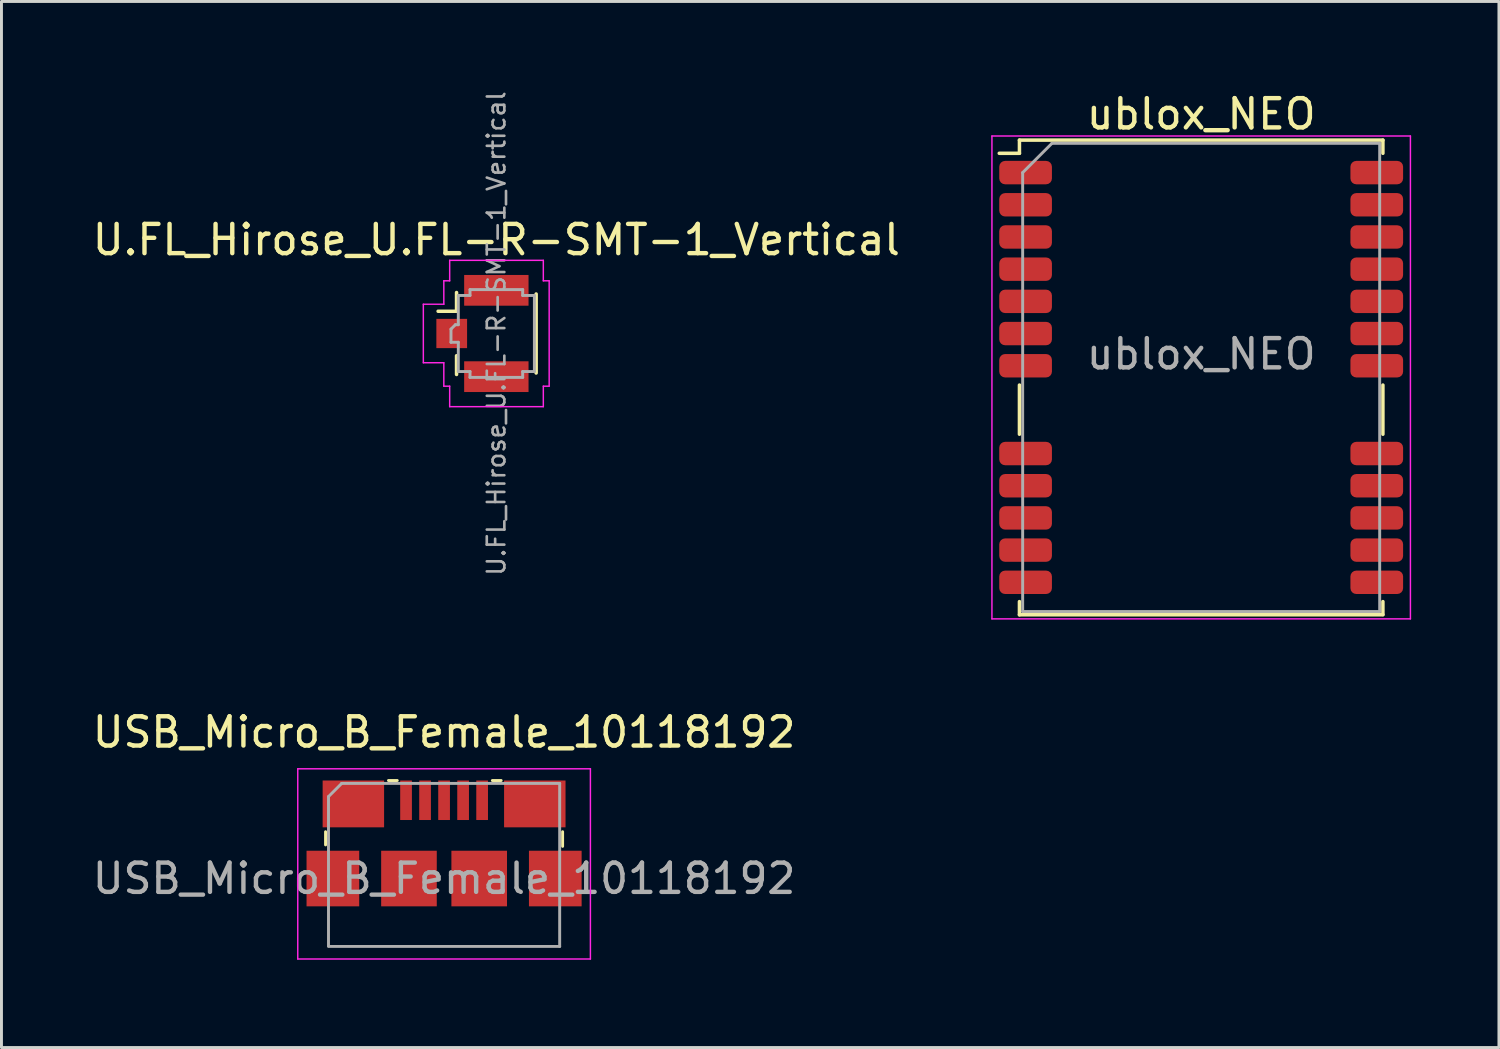
<source format=kicad_pcb>
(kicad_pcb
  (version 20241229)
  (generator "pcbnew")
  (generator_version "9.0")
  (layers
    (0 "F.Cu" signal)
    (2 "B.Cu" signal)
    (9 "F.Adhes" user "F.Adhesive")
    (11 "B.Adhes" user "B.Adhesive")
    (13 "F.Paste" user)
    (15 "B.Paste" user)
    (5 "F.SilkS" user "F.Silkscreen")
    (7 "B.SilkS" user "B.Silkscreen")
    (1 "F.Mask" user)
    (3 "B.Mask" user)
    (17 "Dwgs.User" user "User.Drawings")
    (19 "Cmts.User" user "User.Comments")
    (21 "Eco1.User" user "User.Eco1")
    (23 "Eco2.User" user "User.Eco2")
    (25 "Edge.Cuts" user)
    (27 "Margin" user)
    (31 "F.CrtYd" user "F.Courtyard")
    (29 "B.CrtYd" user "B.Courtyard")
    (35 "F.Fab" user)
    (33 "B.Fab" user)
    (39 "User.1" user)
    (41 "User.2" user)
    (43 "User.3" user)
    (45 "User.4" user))
  (footprint "USB_Micro_B_Female_10118192"
    (layer "F.Cu")
    (at 12.125 26.971)
    (property "Reference" "USB_Micro_B_Female_10118192" (at 0 -5 0) (layer "F.SilkS") (effects (font (size 1 1) (thickness 0.15))))
    (attr smd)
    (fp_line (start -4.05 -1.6) (end -4.05 -1.15) (stroke (width 0.1) (type solid)) (layer "F.SilkS"))
    (fp_line (start -1.9 -3.35) (end -1.6 -3.35) (stroke (width 0.1) (type solid)) (layer "F.SilkS"))
    (fp_line (start 1.65 -3.35) (end 1.95 -3.35) (stroke (width 0.1) (type solid)) (layer "F.SilkS"))
    (fp_line (start 4.05 -1.6) (end 4.05 -1.1) (stroke (width 0.1) (type solid)) (layer "F.SilkS"))
    (fp_line (start -5 -3.75) (end -5 2.75) (stroke (width 0.05) (type solid)) (layer "F.CrtYd"))
    (fp_line (start -5 -3.75) (end 5 -3.75) (stroke (width 0.05) (type solid)) (layer "F.CrtYd"))
    (fp_line (start -5 2.75) (end 5 2.75) (stroke (width 0.05) (type solid)) (layer "F.CrtYd"))
    (fp_line (start 5 -3.75) (end 5 2.75) (stroke (width 0.05) (type solid)) (layer "F.CrtYd"))
    (fp_line (start -3.95 -2.8) (end -3.95 2.3) (stroke (width 0.1) (type solid)) (layer "F.Fab"))
    (fp_line (start -3.95 -2.8) (end -3.5 -3.25) (stroke (width 0.1) (type solid)) (layer "F.Fab"))
    (fp_line (start -3.95 2.32) (end 3.95 2.32) (stroke (width 0.1) (type solid)) (layer "F.Fab"))
    (fp_line (start 3.95 -3.25) (end -3.5 -3.25) (stroke (width 0.1) (type solid)) (layer "F.Fab"))
    (fp_line (start 3.95 2.32) (end 3.95 -3.25) (stroke (width 0.1) (type solid)) (layer "F.Fab"))
    (fp_text user "${REFERENCE}" (at 0 0 0) (layer "F.Fab") (effects (font (size 1 1) (thickness 0.15))))
    (pad "1" smd rect (at -1.3 -2.675) (size 0.4 1.35) (layers "F.Cu" "F.Mask" "F.Paste"))
    (pad "2" smd rect (at -0.65 -2.675) (size 0.4 1.35) (layers "F.Cu" "F.Mask" "F.Paste"))
    (pad "3" smd rect (at 0 -2.675) (size 0.4 1.35) (layers "F.Cu" "F.Mask" "F.Paste"))
    (pad "4" smd rect (at 0.65 -2.675) (size 0.4 1.35) (layers "F.Cu" "F.Mask" "F.Paste"))
    (pad "5" smd rect (at 1.3 -2.675) (size 0.4 1.35) (layers "F.Cu" "F.Mask" "F.Paste"))
    (pad "6" smd rect (at -3.8 0) (size 1.8 1.9) (layers "F.Cu" "F.Mask" "F.Paste"))
    (pad "6" smd rect (at -3.1 -2.55) (size 2.1 1.6) (layers "F.Cu" "F.Mask" "F.Paste"))
    (pad "6" smd rect (at -1.2 0) (size 1.9 1.9) (layers "F.Cu" "F.Mask" "F.Paste"))
    (pad "6" smd rect (at 1.2 0) (size 1.9 1.9) (layers "F.Cu" "F.Mask" "F.Paste"))
    (pad "6" smd rect (at 3.1 -2.55) (size 2.1 1.6) (layers "F.Cu" "F.Mask" "F.Paste"))
    (pad "6" smd rect (at 3.8 0) (size 1.8 1.9) (layers "F.Cu" "F.Mask" "F.Paste")))
  (footprint "U.FL_Hirose_U.FL-R-SMT-1_Vertical"
    (layer "F.Cu")
    (at 13.436 8.346)
    (property "Reference" "U.FL_Hirose_U.FL-R-SMT-1_Vertical" (at 0.475 -3.2 180) (layer "F.SilkS") (effects (font (size 1 1) (thickness 0.15))))
    (attr smd)
    (fp_line (start -0.885 -1.4) (end -0.885 -0.76) (stroke (width 0.12) (type solid)) (layer "F.SilkS"))
    (fp_line (start -0.885 -0.76) (end -1.515 -0.76) (stroke (width 0.12) (type solid)) (layer "F.SilkS"))
    (fp_line (start -0.885 1.4) (end -0.885 0.76) (stroke (width 0.12) (type solid)) (layer "F.SilkS"))
    (fp_line (start 1.835 -1.35) (end 1.835 1.35) (stroke (width 0.12) (type solid)) (layer "F.SilkS"))
    (fp_line (start -2.02 1) (end -2.02 -1) (stroke (width 0.05) (type solid)) (layer "F.CrtYd"))
    (fp_line (start -1.32 -1.8) (end -1.12 -1.8) (stroke (width 0.05) (type solid)) (layer "F.CrtYd"))
    (fp_line (start -1.32 -1) (end -2.02 -1) (stroke (width 0.05) (type solid)) (layer "F.CrtYd"))
    (fp_line (start -1.32 -1) (end -1.32 -1.8) (stroke (width 0.05) (type solid)) (layer "F.CrtYd"))
    (fp_line (start -1.32 1) (end -2.02 1) (stroke (width 0.05) (type solid)) (layer "F.CrtYd"))
    (fp_line (start -1.32 1.8) (end -1.32 1) (stroke (width 0.05) (type solid)) (layer "F.CrtYd"))
    (fp_line (start -1.32 1.8) (end -1.12 1.8) (stroke (width 0.05) (type solid)) (layer "F.CrtYd"))
    (fp_line (start -1.12 -1.8) (end -1.12 -2.5) (stroke (width 0.05) (type solid)) (layer "F.CrtYd"))
    (fp_line (start -1.12 2.5) (end -1.12 1.8) (stroke (width 0.05) (type solid)) (layer "F.CrtYd"))
    (fp_line (start 2.08 -2.5) (end -1.12 -2.5) (stroke (width 0.05) (type solid)) (layer "F.CrtYd"))
    (fp_line (start 2.08 -1.8) (end 2.08 -2.5) (stroke (width 0.05) (type solid)) (layer "F.CrtYd"))
    (fp_line (start 2.08 -1.8) (end 2.28 -1.8) (stroke (width 0.05) (type solid)) (layer "F.CrtYd"))
    (fp_line (start 2.08 1.8) (end 2.28 1.8) (stroke (width 0.05) (type solid)) (layer "F.CrtYd"))
    (fp_line (start 2.08 2.5) (end -1.12 2.5) (stroke (width 0.05) (type solid)) (layer "F.CrtYd"))
    (fp_line (start 2.08 2.5) (end 2.08 1.8) (stroke (width 0.05) (type solid)) (layer "F.CrtYd"))
    (fp_line (start 2.28 1.8) (end 2.28 -1.8) (stroke (width 0.05) (type solid)) (layer "F.CrtYd"))
    (fp_line (start -1.075 0.3) (end -1.075 -0.15) (stroke (width 0.1) (type solid)) (layer "F.Fab"))
    (fp_line (start -1.075 0.3) (end -0.825 0.3) (stroke (width 0.1) (type solid)) (layer "F.Fab"))
    (fp_line (start -0.925 -0.3) (end -1.075 -0.15) (stroke (width 0.1) (type solid)) (layer "F.Fab"))
    (fp_line (start -0.925 -0.3) (end -0.825 -0.3) (stroke (width 0.1) (type solid)) (layer "F.Fab"))
    (fp_line (start -0.825 -0.3) (end -0.825 -1.3) (stroke (width 0.1) (type solid)) (layer "F.Fab"))
    (fp_line (start -0.825 0.3) (end -0.825 1.3) (stroke (width 0.1) (type solid)) (layer "F.Fab"))
    (fp_line (start -0.425 -1.5) (end -0.425 -1.3) (stroke (width 0.1) (type solid)) (layer "F.Fab"))
    (fp_line (start -0.425 -1.5) (end 1.375 -1.5) (stroke (width 0.1) (type solid)) (layer "F.Fab"))
    (fp_line (start -0.425 -1.3) (end -0.825 -1.3) (stroke (width 0.1) (type solid)) (layer "F.Fab"))
    (fp_line (start -0.425 1.3) (end -0.825 1.3) (stroke (width 0.1) (type solid)) (layer "F.Fab"))
    (fp_line (start -0.425 1.5) (end -0.425 1.3) (stroke (width 0.1) (type solid)) (layer "F.Fab"))
    (fp_line (start -0.425 1.5) (end 1.375 1.5) (stroke (width 0.1) (type solid)) (layer "F.Fab"))
    (fp_line (start 1.375 -1.5) (end 1.375 -1.3) (stroke (width 0.1) (type solid)) (layer "F.Fab"))
    (fp_line (start 1.375 1.5) (end 1.375 1.3) (stroke (width 0.1) (type solid)) (layer "F.Fab"))
    (fp_line (start 1.775 -1.3) (end 1.375 -1.3) (stroke (width 0.1) (type solid)) (layer "F.Fab"))
    (fp_line (start 1.775 -1.3) (end 1.775 1.3) (stroke (width 0.1) (type solid)) (layer "F.Fab"))
    (fp_line (start 1.775 1.3) (end 1.375 1.3) (stroke (width 0.1) (type solid)) (layer "F.Fab"))
    (fp_text user "${REFERENCE}" (at 0.475 0 90) (layer "F.Fab") (effects (font (size 0.6 0.6) (thickness 0.09))))
    (pad "1" smd rect (at -1.05 0) (size 1.05 1) (layers "F.Cu" "F.Mask" "F.Paste"))
    (pad "2" smd rect (at 0.475 -1.475) (size 2.2 1.05) (layers "F.Cu" "F.Mask" "F.Paste"))
    (pad "2" smd rect (at 0.475 1.475) (size 2.2 1.05) (layers "F.Cu" "F.Mask" "F.Paste")))
  (footprint "ublox_NEO"
    (layer "F.Cu")
    (at 37.996 9.848)
    (property "Reference" "ublox_NEO" (at 0 -9 0) (layer "F.SilkS") (effects (font (size 1 1) (thickness 0.15))))
    (attr smd)
    (fp_line (start -6.9 -7.66) (end -6.21 -7.66) (stroke (width 0.12) (type solid)) (layer "F.SilkS"))
    (fp_line (start -6.21 -8.11) (end -6.21 -7.66) (stroke (width 0.12) (type solid)) (layer "F.SilkS"))
    (fp_line (start -6.21 -8.11) (end 6.21 -8.11) (stroke (width 0.12) (type solid)) (layer "F.SilkS"))
    (fp_line (start -6.21 0.26) (end -6.21 1.94) (stroke (width 0.12) (type solid)) (layer "F.SilkS"))
    (fp_line (start -6.21 7.66) (end -6.21 8.11) (stroke (width 0.12) (type solid)) (layer "F.SilkS"))
    (fp_line (start -6.21 8.11) (end 6.21 8.11) (stroke (width 0.12) (type solid)) (layer "F.SilkS"))
    (fp_line (start 6.21 -8.11) (end 6.21 -7.66) (stroke (width 0.12) (type solid)) (layer "F.SilkS"))
    (fp_line (start 6.21 0.26) (end 6.21 1.94) (stroke (width 0.12) (type solid)) (layer "F.SilkS"))
    (fp_line (start 6.21 7.66) (end 6.21 8.1) (stroke (width 0.12) (type solid)) (layer "F.SilkS"))
    (fp_line (start -7.15 -8.25) (end -7.15 8.25) (stroke (width 0.05) (type solid)) (layer "F.CrtYd"))
    (fp_line (start -7.15 -8.25) (end 7.15 -8.25) (stroke (width 0.05) (type solid)) (layer "F.CrtYd"))
    (fp_line (start -7.15 8.25) (end 7.15 8.25) (stroke (width 0.05) (type solid)) (layer "F.CrtYd"))
    (fp_line (start 7.15 -8.25) (end 7.15 8.25) (stroke (width 0.05) (type solid)) (layer "F.CrtYd"))
    (fp_line (start -6.1 -7) (end -6.1 8) (stroke (width 0.1) (type solid)) (layer "F.Fab"))
    (fp_line (start -6.1 8) (end 6.1 8) (stroke (width 0.1) (type solid)) (layer "F.Fab"))
    (fp_line (start -5.1 -8) (end -6.1 -7) (stroke (width 0.1) (type solid)) (layer "F.Fab"))
    (fp_line (start -5.1 -8) (end 6.1 -8) (stroke (width 0.1) (type solid)) (layer "F.Fab"))
    (fp_line (start 6.1 -8) (end 6.1 8) (stroke (width 0.1) (type solid)) (layer "F.Fab"))
    (fp_text user "${REFERENCE}" (at 0 -0.8 0) (layer "F.Fab") (effects (font (size 1 1) (thickness 0.15))))
    (pad "1" smd roundrect (at -6 -7) (size 1.8 0.8) (layers "F.Cu" "F.Mask" "F.Paste") (roundrect_rratio 0.25))
    (pad "2" smd roundrect (at -6 -5.9) (size 1.8 0.8) (layers "F.Cu" "F.Mask" "F.Paste") (roundrect_rratio 0.25))
    (pad "3" smd roundrect (at -6 -4.8) (size 1.8 0.8) (layers "F.Cu" "F.Mask" "F.Paste") (roundrect_rratio 0.25))
    (pad "4" smd roundrect (at -6 -3.7) (size 1.8 0.8) (layers "F.Cu" "F.Mask" "F.Paste") (roundrect_rratio 0.25))
    (pad "5" smd roundrect (at -6 -2.6) (size 1.8 0.8) (layers "F.Cu" "F.Mask" "F.Paste") (roundrect_rratio 0.25))
    (pad "6" smd roundrect (at -6 -1.5) (size 1.8 0.8) (layers "F.Cu" "F.Mask" "F.Paste") (roundrect_rratio 0.25))
    (pad "7" smd roundrect (at -6 -0.4) (size 1.8 0.8) (layers "F.Cu" "F.Mask" "F.Paste") (roundrect_rratio 0.25))
    (pad "8" smd roundrect (at -6 2.6) (size 1.8 0.8) (layers "F.Cu" "F.Mask" "F.Paste") (roundrect_rratio 0.25))
    (pad "9" smd roundrect (at -6 3.7) (size 1.8 0.8) (layers "F.Cu" "F.Mask" "F.Paste") (roundrect_rratio 0.25))
    (pad "10" smd roundrect (at -6 4.8) (size 1.8 0.8) (layers "F.Cu" "F.Mask" "F.Paste") (roundrect_rratio 0.25))
    (pad "11" smd roundrect (at -6 5.9) (size 1.8 0.8) (layers "F.Cu" "F.Mask" "F.Paste") (roundrect_rratio 0.25))
    (pad "12" smd roundrect (at -6 7) (size 1.8 0.8) (layers "F.Cu" "F.Mask" "F.Paste") (roundrect_rratio 0.25))
    (pad "13" smd roundrect (at 6 7) (size 1.8 0.8) (layers "F.Cu" "F.Mask" "F.Paste") (roundrect_rratio 0.25))
    (pad "14" smd roundrect (at 6 5.9) (size 1.8 0.8) (layers "F.Cu" "F.Mask" "F.Paste") (roundrect_rratio 0.25))
    (pad "15" smd roundrect (at 6 4.8) (size 1.8 0.8) (layers "F.Cu" "F.Mask" "F.Paste") (roundrect_rratio 0.25))
    (pad "16" smd roundrect (at 6 3.7) (size 1.8 0.8) (layers "F.Cu" "F.Mask" "F.Paste") (roundrect_rratio 0.25))
    (pad "17" smd roundrect (at 6 2.6) (size 1.8 0.8) (layers "F.Cu" "F.Mask" "F.Paste") (roundrect_rratio 0.25))
    (pad "18" smd roundrect (at 6 -0.4) (size 1.8 0.8) (layers "F.Cu" "F.Mask" "F.Paste") (roundrect_rratio 0.25))
    (pad "19" smd roundrect (at 6 -1.5) (size 1.8 0.8) (layers "F.Cu" "F.Mask" "F.Paste") (roundrect_rratio 0.25))
    (pad "20" smd roundrect (at 6 -2.6) (size 1.8 0.8) (layers "F.Cu" "F.Mask" "F.Paste") (roundrect_rratio 0.25))
    (pad "21" smd roundrect (at 6 -3.7) (size 1.8 0.8) (layers "F.Cu" "F.Mask" "F.Paste") (roundrect_rratio 0.25))
    (pad "22" smd roundrect (at 6 -4.8) (size 1.8 0.8) (layers "F.Cu" "F.Mask" "F.Paste") (roundrect_rratio 0.25))
    (pad "23" smd roundrect (at 6 -5.9) (size 1.8 0.8) (layers "F.Cu" "F.Mask" "F.Paste") (roundrect_rratio 0.25))
    (pad "24" smd roundrect (at 6 -7) (size 1.8 0.8) (layers "F.Cu" "F.Mask" "F.Paste") (roundrect_rratio 0.25)))
  (gr_rect
    (start -3 -3)
    (end 48.171 32.746)
    (stroke (width 0.1) (type default))
    (fill no)
    (layer "Edge.Cuts")))
</source>
